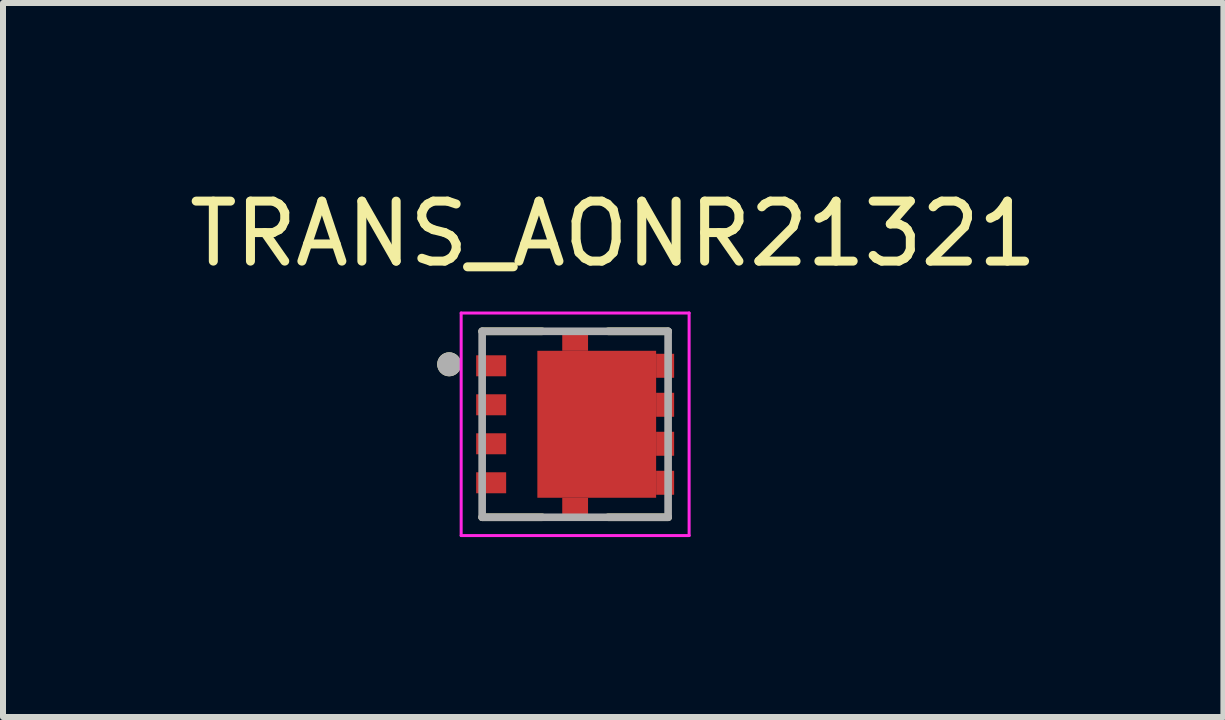
<source format=kicad_pcb>
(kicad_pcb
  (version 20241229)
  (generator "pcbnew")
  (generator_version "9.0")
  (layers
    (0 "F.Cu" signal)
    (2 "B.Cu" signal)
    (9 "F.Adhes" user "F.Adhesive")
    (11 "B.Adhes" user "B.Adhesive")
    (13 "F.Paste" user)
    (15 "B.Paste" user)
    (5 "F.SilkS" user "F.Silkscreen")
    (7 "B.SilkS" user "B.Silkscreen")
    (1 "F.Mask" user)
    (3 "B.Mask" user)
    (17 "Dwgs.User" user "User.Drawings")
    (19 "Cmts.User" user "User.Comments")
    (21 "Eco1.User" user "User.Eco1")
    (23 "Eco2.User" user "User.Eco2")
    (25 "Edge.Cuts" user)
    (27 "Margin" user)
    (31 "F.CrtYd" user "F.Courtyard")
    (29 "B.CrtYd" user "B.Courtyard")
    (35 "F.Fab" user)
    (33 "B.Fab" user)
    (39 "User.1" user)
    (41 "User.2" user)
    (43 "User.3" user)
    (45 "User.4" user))
  (footprint "TRANS_AONR21321"
    (layer "F.Cu")
    (at 6.538 4.023)
    (property "Reference" "TRANS_AONR21321" (at 0.635 -3.175 0) (layer "F.SilkS") (effects (font (size 1 1) (thickness 0.15))))
    (attr smd)
    (fp_line (start -0.55 -1.55) (end -1.55 -1.55) (stroke (width 0.127) (type solid)) (layer "F.SilkS"))
    (fp_line (start -0.55 1.55) (end -1.55 1.55) (stroke (width 0.127) (type solid)) (layer "F.SilkS"))
    (fp_line (start 0.55 -1.55) (end 1.55 -1.55) (stroke (width 0.127) (type solid)) (layer "F.SilkS"))
    (fp_line (start 0.55 1.55) (end 1.55 1.55) (stroke (width 0.127) (type solid)) (layer "F.SilkS"))
    (fp_circle (center -2.1 -1) (end -2 -1) (stroke (width 0.2) (type solid)) (fill no) (layer "F.SilkS"))
    (fp_poly (pts (xy -0.462 -0.664) (xy 1.182 -0.664) (xy 1.182 0.664) (xy -0.462 0.664)) (stroke (width 0.01) (type solid)) (fill yes) (layer "F.Paste"))
    (fp_line (start -1.9 -1.855) (end 1.9 -1.855) (stroke (width 0.05) (type solid)) (layer "F.CrtYd"))
    (fp_line (start -1.9 1.855) (end -1.9 -1.855) (stroke (width 0.05) (type solid)) (layer "F.CrtYd"))
    (fp_line (start 1.9 -1.855) (end 1.9 1.855) (stroke (width 0.05) (type solid)) (layer "F.CrtYd"))
    (fp_line (start 1.9 1.855) (end -1.9 1.855) (stroke (width 0.05) (type solid)) (layer "F.CrtYd"))
    (fp_line (start -1.55 -1.55) (end 1.55 -1.55) (stroke (width 0.127) (type solid)) (layer "F.Fab"))
    (fp_line (start -1.55 1.55) (end -1.55 -1.55) (stroke (width 0.127) (type solid)) (layer "F.Fab"))
    (fp_line (start 1.55 -1.55) (end 1.55 1.55) (stroke (width 0.127) (type solid)) (layer "F.Fab"))
    (fp_line (start 1.55 1.55) (end -1.55 1.55) (stroke (width 0.127) (type solid)) (layer "F.Fab"))
    (fp_circle (center -2.1 -1) (end -2 -1) (stroke (width 0.2) (type solid)) (fill no) (layer "F.Fab"))
    (pad "1" smd rect (at -1.4 -0.975) (size 0.5 0.35) (layers "F.Cu" "F.Mask" "F.Paste"))
    (pad "2" smd rect (at -1.4 -0.325) (size 0.5 0.35) (layers "F.Cu" "F.Mask" "F.Paste"))
    (pad "3" smd rect (at -1.4 0.325) (size 0.5 0.35) (layers "F.Cu" "F.Mask" "F.Paste"))
    (pad "4" smd rect (at -1.4 0.975) (size 0.5 0.35) (layers "F.Cu" "F.Mask" "F.Paste"))
    (pad "5" smd rect (at 0 -1.415 270) (size 0.38 0.43) (layers "F.Cu" "F.Mask" "F.Paste"))
    (pad "5" smd rect (at 0 1.415 270) (size 0.38 0.43) (layers "F.Cu" "F.Mask" "F.Paste"))
    (pad "5" smd rect (at 0.36 0) (size 1.98 2.45) (layers "F.Cu" "F.Mask"))
    (pad "5" smd rect (at 1.5 -0.975 270) (size 0.4 0.3) (layers "F.Cu" "F.Mask" "F.Paste"))
    (pad "5" smd rect (at 1.5 -0.325 270) (size 0.4 0.3) (layers "F.Cu" "F.Mask" "F.Paste"))
    (pad "5" smd rect (at 1.5 0.325 270) (size 0.4 0.3) (layers "F.Cu" "F.Mask" "F.Paste"))
    (pad "5" smd rect (at 1.5 0.975 270) (size 0.4 0.3) (layers "F.Cu" "F.Mask" "F.Paste")))
  (gr_rect
    (start -3 -3)
    (end 17.345 8.903)
    (stroke (width 0.1) (type default))
    (fill no)
    (layer "Edge.Cuts")))
</source>
